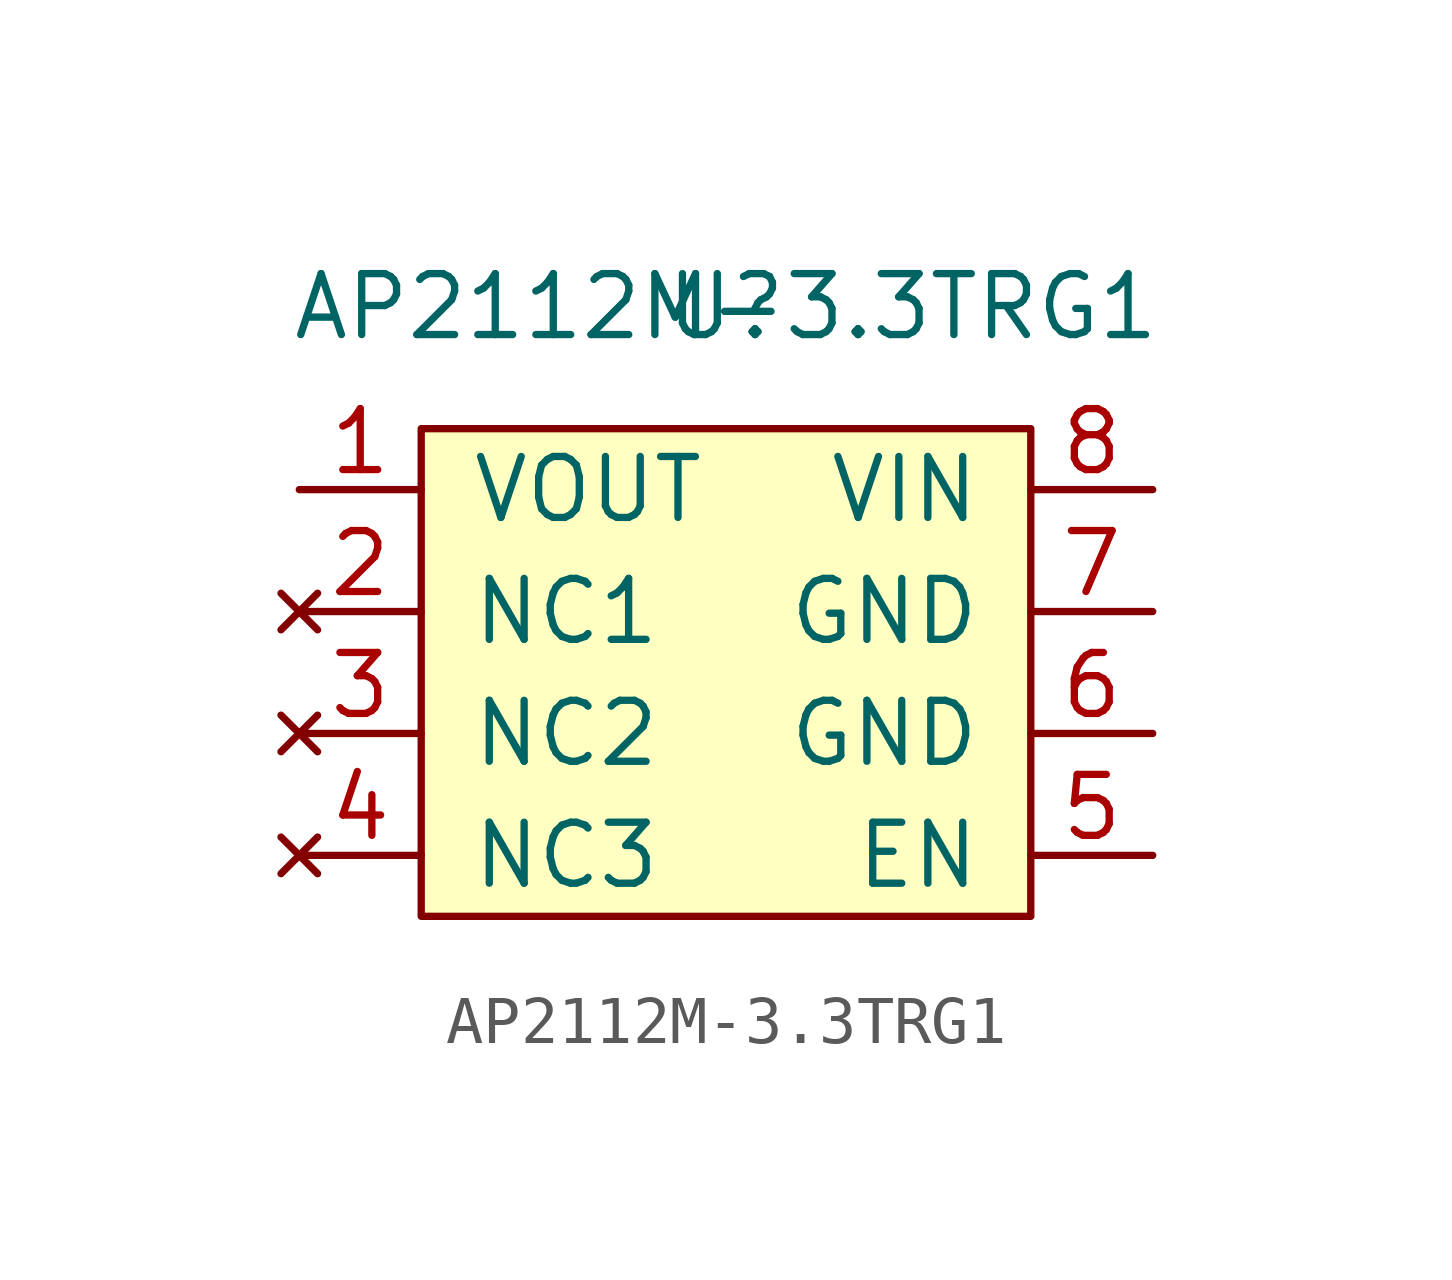
<source format=kicad_sym>
(kicad_symbol_lib
  (version 20211014)
  (generator kicad_symbol_editor)
  (symbol "AP2112M-3.3TRG1"
    (pin_names
      (offset 1.016))
    (property "Reference" "U"
      (at 0 0 0)
      (effects (font (size 1.27 1.27))))
    (property "Value" "AP2112M-3.3TRG1"
      (at 0 0 0)
      (effects (font (size 1.27 1.27))))
    (symbol "AP2112M-3.3TRG1_0_1"
      (rectangle (start -6.35 -2.54) (end 6.35 -12.7) (stroke (width 0) (type default) (color 0 0 0 0)) (fill (type background))))
    (symbol "AP2112M-3.3TRG1_1_1"
      (pin power_out line (at -8.89 -3.81 0) (length 2.54) (name "VOUT" (effects (font (size 1.27 1.27)))) (number "1" (effects (font (size 1.27 1.27)))))
      (pin no_connect line (at -8.89 -6.35 0) (length 2.54) (name "NC1" (effects (font (size 1.27 1.27)))) (number "2" (effects (font (size 1.27 1.27)))))
      (pin no_connect line (at -8.89 -8.89 0) (length 2.54) (name "NC2" (effects (font (size 1.27 1.27)))) (number "3" (effects (font (size 1.27 1.27)))))
      (pin no_connect line (at -8.89 -11.43 0) (length 2.54) (name "NC3" (effects (font (size 1.27 1.27)))) (number "4" (effects (font (size 1.27 1.27)))))
      (pin input line (at 8.89 -11.43 180) (length 2.54) (name "EN" (effects (font (size 1.27 1.27)))) (number "5" (effects (font (size 1.27 1.27)))))
      (pin passive line (at 8.89 -8.89 180) (length 2.54) (name "GND" (effects (font (size 1.27 1.27)))) (number "6" (effects (font (size 1.27 1.27)))))
      (pin passive line (at 8.89 -6.35 180) (length 2.54) (name "GND" (effects (font (size 1.27 1.27)))) (number "7" (effects (font (size 1.27 1.27)))))
      (pin power_in line (at 8.89 -3.81 180) (length 2.54) (name "VIN" (effects (font (size 1.27 1.27)))) (number "8" (effects (font (size 1.27 1.27))))))))
</source>
